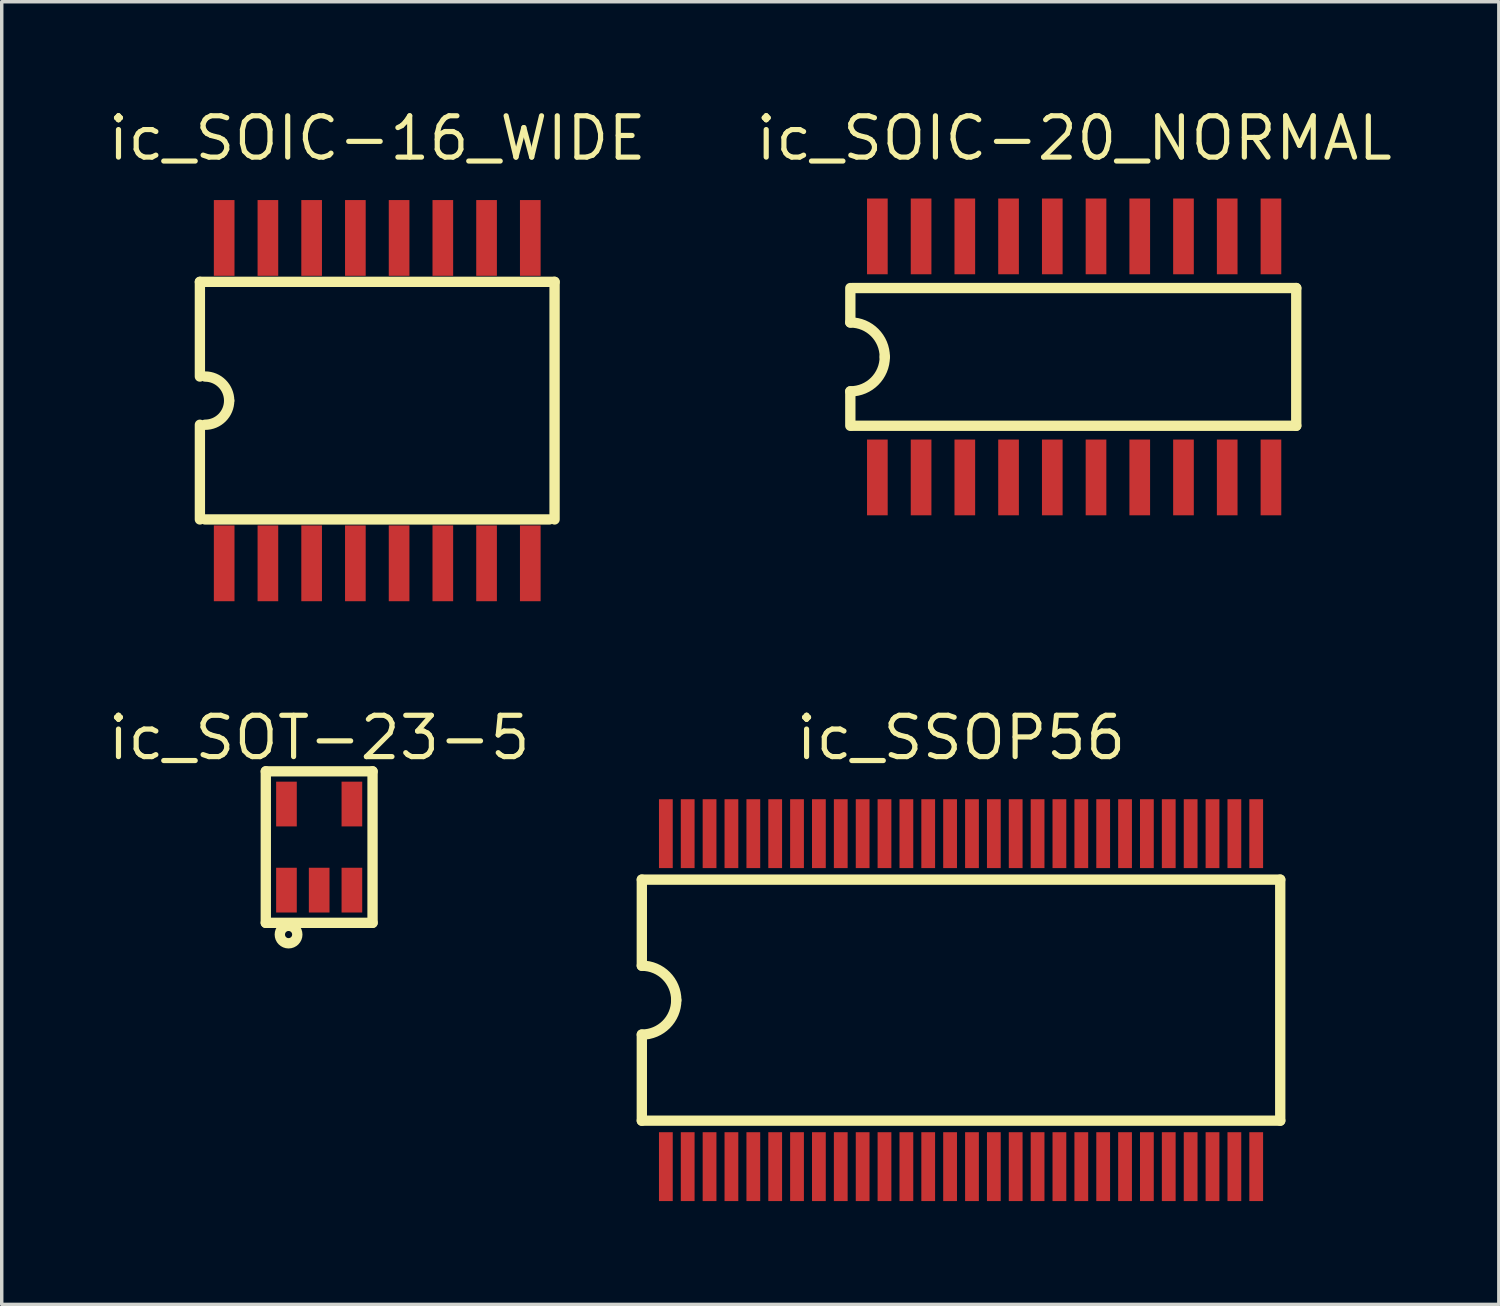
<source format=kicad_pcb>
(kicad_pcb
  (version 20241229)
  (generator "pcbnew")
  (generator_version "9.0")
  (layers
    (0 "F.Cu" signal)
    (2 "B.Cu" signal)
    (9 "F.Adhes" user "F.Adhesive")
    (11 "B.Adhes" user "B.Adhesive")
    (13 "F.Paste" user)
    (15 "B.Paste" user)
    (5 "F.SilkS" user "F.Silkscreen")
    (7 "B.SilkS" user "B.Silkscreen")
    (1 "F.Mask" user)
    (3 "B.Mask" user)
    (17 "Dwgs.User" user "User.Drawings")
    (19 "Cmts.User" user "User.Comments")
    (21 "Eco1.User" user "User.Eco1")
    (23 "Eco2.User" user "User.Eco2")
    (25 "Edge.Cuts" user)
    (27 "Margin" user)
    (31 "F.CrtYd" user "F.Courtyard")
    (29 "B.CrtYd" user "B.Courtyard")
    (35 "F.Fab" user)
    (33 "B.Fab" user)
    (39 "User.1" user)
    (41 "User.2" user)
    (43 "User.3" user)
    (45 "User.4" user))
  (footprint "ic_SOT-23-5"
    (layer "F.Cu")
    (at 6.219 21.55)
    (property "Reference" "ic_SOT-23-5" (at 0 -3.175 0) (layer "F.SilkS") (effects (font (size 1.2 1.2) (thickness 0.15))))
    (attr through_hole)
    (fp_line (start -1.55 -2.2) (end -1.55 2.2) (stroke (width 0.3) (type solid)) (layer "F.SilkS"))
    (fp_line (start -1.55 2.2) (end 1.55 2.2) (stroke (width 0.3) (type solid)) (layer "F.SilkS"))
    (fp_line (start 1.55 -2.2) (end -1.55 -2.2) (stroke (width 0.3) (type solid)) (layer "F.SilkS"))
    (fp_line (start 1.55 2.2) (end 1.55 -2.2) (stroke (width 0.3) (type solid)) (layer "F.SilkS"))
    (fp_circle (center -0.889 2.54) (end -0.635 2.54) (stroke (width 0.3) (type solid)) (fill no) (layer "F.SilkS"))
    (pad "1" smd rect (at -0.95 1.25) (size 0.6 1.3) (layers "F.Cu" "F.Mask" "F.Paste"))
    (pad "2" smd rect (at 0 1.25) (size 0.6 1.3) (layers "F.Cu" "F.Mask" "F.Paste"))
    (pad "3" smd rect (at 0.95 1.25) (size 0.6 1.3) (layers "F.Cu" "F.Mask" "F.Paste"))
    (pad "4" smd rect (at 0.95 -1.25) (size 0.6 1.3) (layers "F.Cu" "F.Mask" "F.Paste"))
    (pad "5" smd rect (at -0.95 -1.25) (size 0.6 1.3) (layers "F.Cu" "F.Mask" "F.Paste")))
  (footprint "ic_SOIC-20_NORMAL"
    (layer "F.Cu")
    (at 28.144 7.315)
    (property "Reference" "ic_SOIC-20_NORMAL" (at 0 -6.35 180) (layer "F.SilkS") (effects (font (size 1.2 1.2) (thickness 0.15))))
    (attr through_hole)
    (fp_line (start -6.5 -2) (end -6.5 -1) (stroke (width 0.3) (type solid)) (layer "F.SilkS"))
    (fp_line (start -6.5 1) (end -6.5 2) (stroke (width 0.3) (type solid)) (layer "F.SilkS"))
    (fp_line (start -6.45 -2) (end 6.45 -2) (stroke (width 0.3) (type solid)) (layer "F.SilkS"))
    (fp_line (start 6.45 -2) (end 6.45 2) (stroke (width 0.3) (type solid)) (layer "F.SilkS"))
    (fp_line (start 6.45 2) (end -6.45 2) (stroke (width 0.3) (type solid)) (layer "F.SilkS"))
    (fp_arc (start -6.5 -1) (mid -5.792893 -0.707107) (end -5.5 0) (stroke (width 0.3) (type solid)) (layer "F.SilkS"))
    (fp_arc (start -5.5 0) (mid -5.792893 0.707107) (end -6.5 1) (stroke (width 0.3) (type solid)) (layer "F.SilkS"))
    (pad "1" smd rect (at -5.715 3.5) (size 0.6 2.2) (layers "F.Cu" "F.Mask" "F.Paste"))
    (pad "2" smd rect (at -4.445 3.5) (size 0.6 2.2) (layers "F.Cu" "F.Mask" "F.Paste"))
    (pad "3" smd rect (at -3.175 3.5) (size 0.6 2.2) (layers "F.Cu" "F.Mask" "F.Paste"))
    (pad "4" smd rect (at -1.905 3.5) (size 0.6 2.2) (layers "F.Cu" "F.Mask" "F.Paste"))
    (pad "5" smd rect (at -0.635 3.5) (size 0.6 2.2) (layers "F.Cu" "F.Mask" "F.Paste"))
    (pad "6" smd rect (at 0.635 3.5) (size 0.6 2.2) (layers "F.Cu" "F.Mask" "F.Paste"))
    (pad "7" smd rect (at 1.905 3.5) (size 0.6 2.2) (layers "F.Cu" "F.Mask" "F.Paste"))
    (pad "8" smd rect (at 3.175 3.5) (size 0.6 2.2) (layers "F.Cu" "F.Mask" "F.Paste"))
    (pad "9" smd rect (at 4.445 3.5) (size 0.6 2.2) (layers "F.Cu" "F.Mask" "F.Paste"))
    (pad "10" smd rect (at 5.715 3.5) (size 0.6 2.2) (layers "F.Cu" "F.Mask" "F.Paste"))
    (pad "11" smd rect (at 5.715 -3.5) (size 0.6 2.2) (layers "F.Cu" "F.Mask" "F.Paste"))
    (pad "12" smd rect (at 4.445 -3.5) (size 0.6 2.2) (layers "F.Cu" "F.Mask" "F.Paste"))
    (pad "13" smd rect (at 3.175 -3.5) (size 0.6 2.2) (layers "F.Cu" "F.Mask" "F.Paste"))
    (pad "14" smd rect (at 1.905 -3.5) (size 0.6 2.2) (layers "F.Cu" "F.Mask" "F.Paste"))
    (pad "15" smd rect (at 0.635 -3.5) (size 0.6 2.2) (layers "F.Cu" "F.Mask" "F.Paste"))
    (pad "16" smd rect (at -0.635 -3.5) (size 0.6 2.2) (layers "F.Cu" "F.Mask" "F.Paste"))
    (pad "17" smd rect (at -1.905 -3.5) (size 0.6 2.2) (layers "F.Cu" "F.Mask" "F.Paste"))
    (pad "18" smd rect (at -3.175 -3.5) (size 0.6 2.2) (layers "F.Cu" "F.Mask" "F.Paste"))
    (pad "19" smd rect (at -4.445 -3.5) (size 0.6 2.2) (layers "F.Cu" "F.Mask" "F.Paste"))
    (pad "20" smd rect (at -5.715 -3.5) (size 0.6 2.2) (layers "F.Cu" "F.Mask" "F.Paste")))
  (footprint "ic_SSOP56"
    (layer "F.Cu")
    (at 24.859 25.995)
    (property "Reference" "ic_SSOP56" (at 0 -7.62 180) (layer "F.SilkS") (effects (font (size 1.2 1.2) (thickness 0.15))))
    (attr through_hole)
    (fp_line (start -9.27 -3.5) (end -9.27 -1) (stroke (width 0.3) (type solid)) (layer "F.SilkS"))
    (fp_line (start -9.27 -3.5) (end 9.27 -3.5) (stroke (width 0.3) (type solid)) (layer "F.SilkS"))
    (fp_line (start -9.27 1) (end -9.27 3.5) (stroke (width 0.3) (type solid)) (layer "F.SilkS"))
    (fp_line (start -9.27 3.5) (end 9.27 3.5) (stroke (width 0.3) (type solid)) (layer "F.SilkS"))
    (fp_line (start 9.27 -3.5) (end 9.27 3.5) (stroke (width 0.3) (type solid)) (layer "F.SilkS"))
    (fp_arc (start -9.27 -1) (mid -8.562893 -0.707107) (end -8.27 0) (stroke (width 0.3) (type solid)) (layer "F.SilkS"))
    (fp_arc (start -8.27 0) (mid -8.562893 0.707107) (end -9.27 1) (stroke (width 0.3) (type solid)) (layer "F.SilkS"))
    (pad "1" smd rect (at -8.572 4.835) (size 0.4 2) (layers "F.Cu" "F.Mask" "F.Paste"))
    (pad "2" smd rect (at -7.938 4.835) (size 0.4 2) (layers "F.Cu" "F.Mask" "F.Paste"))
    (pad "3" smd rect (at -7.303 4.835) (size 0.4 2) (layers "F.Cu" "F.Mask" "F.Paste"))
    (pad "4" smd rect (at -6.668 4.835) (size 0.4 2) (layers "F.Cu" "F.Mask" "F.Paste"))
    (pad "5" smd rect (at -6.032 4.835) (size 0.4 2) (layers "F.Cu" "F.Mask" "F.Paste"))
    (pad "6" smd rect (at -5.397 4.835) (size 0.4 2) (layers "F.Cu" "F.Mask" "F.Paste"))
    (pad "7" smd rect (at -4.763 4.835) (size 0.4 2) (layers "F.Cu" "F.Mask" "F.Paste"))
    (pad "8" smd rect (at -4.128 4.835) (size 0.4 2) (layers "F.Cu" "F.Mask" "F.Paste"))
    (pad "9" smd rect (at -3.493 4.835) (size 0.4 2) (layers "F.Cu" "F.Mask" "F.Paste"))
    (pad "10" smd rect (at -2.857 4.835) (size 0.4 2) (layers "F.Cu" "F.Mask" "F.Paste"))
    (pad "11" smd rect (at -2.223 4.835) (size 0.4 2) (layers "F.Cu" "F.Mask" "F.Paste"))
    (pad "12" smd rect (at -1.587 4.835) (size 0.4 2) (layers "F.Cu" "F.Mask" "F.Paste"))
    (pad "13" smd rect (at -0.953 4.835) (size 0.4 2) (layers "F.Cu" "F.Mask" "F.Paste"))
    (pad "14" smd rect (at -0.318 4.835) (size 0.4 2) (layers "F.Cu" "F.Mask" "F.Paste"))
    (pad "15" smd rect (at 0.318 4.835) (size 0.4 2) (layers "F.Cu" "F.Mask" "F.Paste"))
    (pad "16" smd rect (at 0.953 4.835) (size 0.4 2) (layers "F.Cu" "F.Mask" "F.Paste"))
    (pad "17" smd rect (at 1.587 4.835) (size 0.4 2) (layers "F.Cu" "F.Mask" "F.Paste"))
    (pad "18" smd rect (at 2.223 4.835) (size 0.4 2) (layers "F.Cu" "F.Mask" "F.Paste"))
    (pad "19" smd rect (at 2.857 4.835) (size 0.4 2) (layers "F.Cu" "F.Mask" "F.Paste"))
    (pad "20" smd rect (at 3.493 4.835) (size 0.4 2) (layers "F.Cu" "F.Mask" "F.Paste"))
    (pad "21" smd rect (at 4.128 4.835) (size 0.4 2) (layers "F.Cu" "F.Mask" "F.Paste"))
    (pad "22" smd rect (at 4.763 4.835) (size 0.4 2) (layers "F.Cu" "F.Mask" "F.Paste"))
    (pad "23" smd rect (at 5.397 4.835) (size 0.4 2) (layers "F.Cu" "F.Mask" "F.Paste"))
    (pad "24" smd rect (at 6.032 4.835) (size 0.4 2) (layers "F.Cu" "F.Mask" "F.Paste"))
    (pad "25" smd rect (at 6.668 4.835) (size 0.4 2) (layers "F.Cu" "F.Mask" "F.Paste"))
    (pad "26" smd rect (at 7.303 4.835) (size 0.4 2) (layers "F.Cu" "F.Mask" "F.Paste"))
    (pad "27" smd rect (at 7.938 4.835) (size 0.4 2) (layers "F.Cu" "F.Mask" "F.Paste"))
    (pad "28" smd rect (at 8.572 4.835) (size 0.4 2) (layers "F.Cu" "F.Mask" "F.Paste"))
    (pad "29" smd rect (at 8.572 -4.835) (size 0.4 2) (layers "F.Cu" "F.Mask" "F.Paste"))
    (pad "30" smd rect (at 7.938 -4.835) (size 0.4 2) (layers "F.Cu" "F.Mask" "F.Paste"))
    (pad "31" smd rect (at 7.303 -4.835) (size 0.4 2) (layers "F.Cu" "F.Mask" "F.Paste"))
    (pad "32" smd rect (at 6.668 -4.835) (size 0.4 2) (layers "F.Cu" "F.Mask" "F.Paste"))
    (pad "33" smd rect (at 6.032 -4.835) (size 0.4 2) (layers "F.Cu" "F.Mask" "F.Paste"))
    (pad "34" smd rect (at 5.397 -4.835) (size 0.4 2) (layers "F.Cu" "F.Mask" "F.Paste"))
    (pad "35" smd rect (at 4.763 -4.835) (size 0.4 2) (layers "F.Cu" "F.Mask" "F.Paste"))
    (pad "36" smd rect (at 4.128 -4.835) (size 0.4 2) (layers "F.Cu" "F.Mask" "F.Paste"))
    (pad "37" smd rect (at 3.493 -4.835) (size 0.4 2) (layers "F.Cu" "F.Mask" "F.Paste"))
    (pad "38" smd rect (at 2.857 -4.835) (size 0.4 2) (layers "F.Cu" "F.Mask" "F.Paste"))
    (pad "39" smd rect (at 2.223 -4.835) (size 0.4 2) (layers "F.Cu" "F.Mask" "F.Paste"))
    (pad "40" smd rect (at 1.587 -4.835) (size 0.4 2) (layers "F.Cu" "F.Mask" "F.Paste"))
    (pad "41" smd rect (at 0.953 -4.835) (size 0.4 2) (layers "F.Cu" "F.Mask" "F.Paste"))
    (pad "42" smd rect (at 0.318 -4.835) (size 0.4 2) (layers "F.Cu" "F.Mask" "F.Paste"))
    (pad "43" smd rect (at -0.318 -4.835) (size 0.4 2) (layers "F.Cu" "F.Mask" "F.Paste"))
    (pad "44" smd rect (at -0.953 -4.835) (size 0.4 2) (layers "F.Cu" "F.Mask" "F.Paste"))
    (pad "45" smd rect (at -1.587 -4.835) (size 0.4 2) (layers "F.Cu" "F.Mask" "F.Paste"))
    (pad "46" smd rect (at -2.223 -4.835) (size 0.4 2) (layers "F.Cu" "F.Mask" "F.Paste"))
    (pad "47" smd rect (at -2.857 -4.835) (size 0.4 2) (layers "F.Cu" "F.Mask" "F.Paste"))
    (pad "48" smd rect (at -3.493 -4.835) (size 0.4 2) (layers "F.Cu" "F.Mask" "F.Paste"))
    (pad "49" smd rect (at -4.128 -4.835) (size 0.4 2) (layers "F.Cu" "F.Mask" "F.Paste"))
    (pad "50" smd rect (at -4.763 -4.835) (size 0.4 2) (layers "F.Cu" "F.Mask" "F.Paste"))
    (pad "51" smd rect (at -5.397 -4.835) (size 0.4 2) (layers "F.Cu" "F.Mask" "F.Paste"))
    (pad "52" smd rect (at -6.032 -4.835) (size 0.4 2) (layers "F.Cu" "F.Mask" "F.Paste"))
    (pad "53" smd rect (at -6.668 -4.835) (size 0.4 2) (layers "F.Cu" "F.Mask" "F.Paste"))
    (pad "54" smd rect (at -7.303 -4.835) (size 0.4 2) (layers "F.Cu" "F.Mask" "F.Paste"))
    (pad "55" smd rect (at -7.938 -4.835) (size 0.4 2) (layers "F.Cu" "F.Mask" "F.Paste"))
    (pad "56" smd rect (at -8.572 -4.835) (size 0.4 2) (layers "F.Cu" "F.Mask" "F.Paste")))
  (footprint "ic_SOIC-16_WIDE"
    (layer "F.Cu")
    (at 7.905 8.585)
    (property "Reference" "ic_SOIC-16_WIDE" (at 0 -7.62 180) (layer "F.SilkS") (effects (font (size 1.2 1.2) (thickness 0.15))))
    (attr through_hole)
    (fp_line (start -5.15 -3.45) (end 5.15 -3.45) (stroke (width 0.3) (type solid)) (layer "F.SilkS"))
    (fp_line (start -5.15 -0.7) (end -5.15 -3.45) (stroke (width 0.3) (type solid)) (layer "F.SilkS"))
    (fp_line (start -5.15 0.7) (end -5.15 3.45) (stroke (width 0.3) (type solid)) (layer "F.SilkS"))
    (fp_line (start -5 3.45) (end 5 3.45) (stroke (width 0.3) (type solid)) (layer "F.SilkS"))
    (fp_line (start 5.15 -3.45) (end 5.15 3.45) (stroke (width 0.3) (type solid)) (layer "F.SilkS"))
    (fp_arc (start -5 -0.7) (mid -4.505025 -0.494975) (end -4.3 0) (stroke (width 0.3) (type solid)) (layer "F.SilkS"))
    (fp_arc (start -4.3 0) (mid -4.505025 0.494975) (end -5 0.7) (stroke (width 0.3) (type solid)) (layer "F.SilkS"))
    (pad "1" smd rect (at -4.445 4.725) (size 0.6 2.2) (layers "F.Cu" "F.Mask" "F.Paste"))
    (pad "2" smd rect (at -3.175 4.725) (size 0.6 2.2) (layers "F.Cu" "F.Mask" "F.Paste"))
    (pad "3" smd rect (at -1.905 4.725) (size 0.6 2.2) (layers "F.Cu" "F.Mask" "F.Paste"))
    (pad "4" smd rect (at -0.635 4.725) (size 0.6 2.2) (layers "F.Cu" "F.Mask" "F.Paste"))
    (pad "5" smd rect (at 0.635 4.725) (size 0.6 2.2) (layers "F.Cu" "F.Mask" "F.Paste"))
    (pad "6" smd rect (at 1.905 4.725) (size 0.6 2.2) (layers "F.Cu" "F.Mask" "F.Paste"))
    (pad "7" smd rect (at 3.175 4.725) (size 0.6 2.2) (layers "F.Cu" "F.Mask" "F.Paste"))
    (pad "8" smd rect (at 4.445 4.725) (size 0.6 2.2) (layers "F.Cu" "F.Mask" "F.Paste"))
    (pad "9" smd rect (at 4.445 -4.725) (size 0.6 2.2) (layers "F.Cu" "F.Mask" "F.Paste"))
    (pad "10" smd rect (at 3.175 -4.725) (size 0.6 2.2) (layers "F.Cu" "F.Mask" "F.Paste"))
    (pad "11" smd rect (at 1.905 -4.725) (size 0.6 2.2) (layers "F.Cu" "F.Mask" "F.Paste"))
    (pad "12" smd rect (at 0.635 -4.725) (size 0.6 2.2) (layers "F.Cu" "F.Mask" "F.Paste"))
    (pad "13" smd rect (at -0.635 -4.725) (size 0.6 2.2) (layers "F.Cu" "F.Mask" "F.Paste"))
    (pad "14" smd rect (at -1.905 -4.725) (size 0.6 2.2) (layers "F.Cu" "F.Mask" "F.Paste"))
    (pad "15" smd rect (at -3.175 -4.725) (size 0.6 2.2) (layers "F.Cu" "F.Mask" "F.Paste"))
    (pad "16" smd rect (at -4.445 -4.725) (size 0.6 2.2) (layers "F.Cu" "F.Mask" "F.Paste")))
  (gr_rect
    (start -3 -3)
    (end 40.477 34.831)
    (stroke (width 0.1) (type default))
    (fill no)
    (layer "Edge.Cuts")))
</source>
